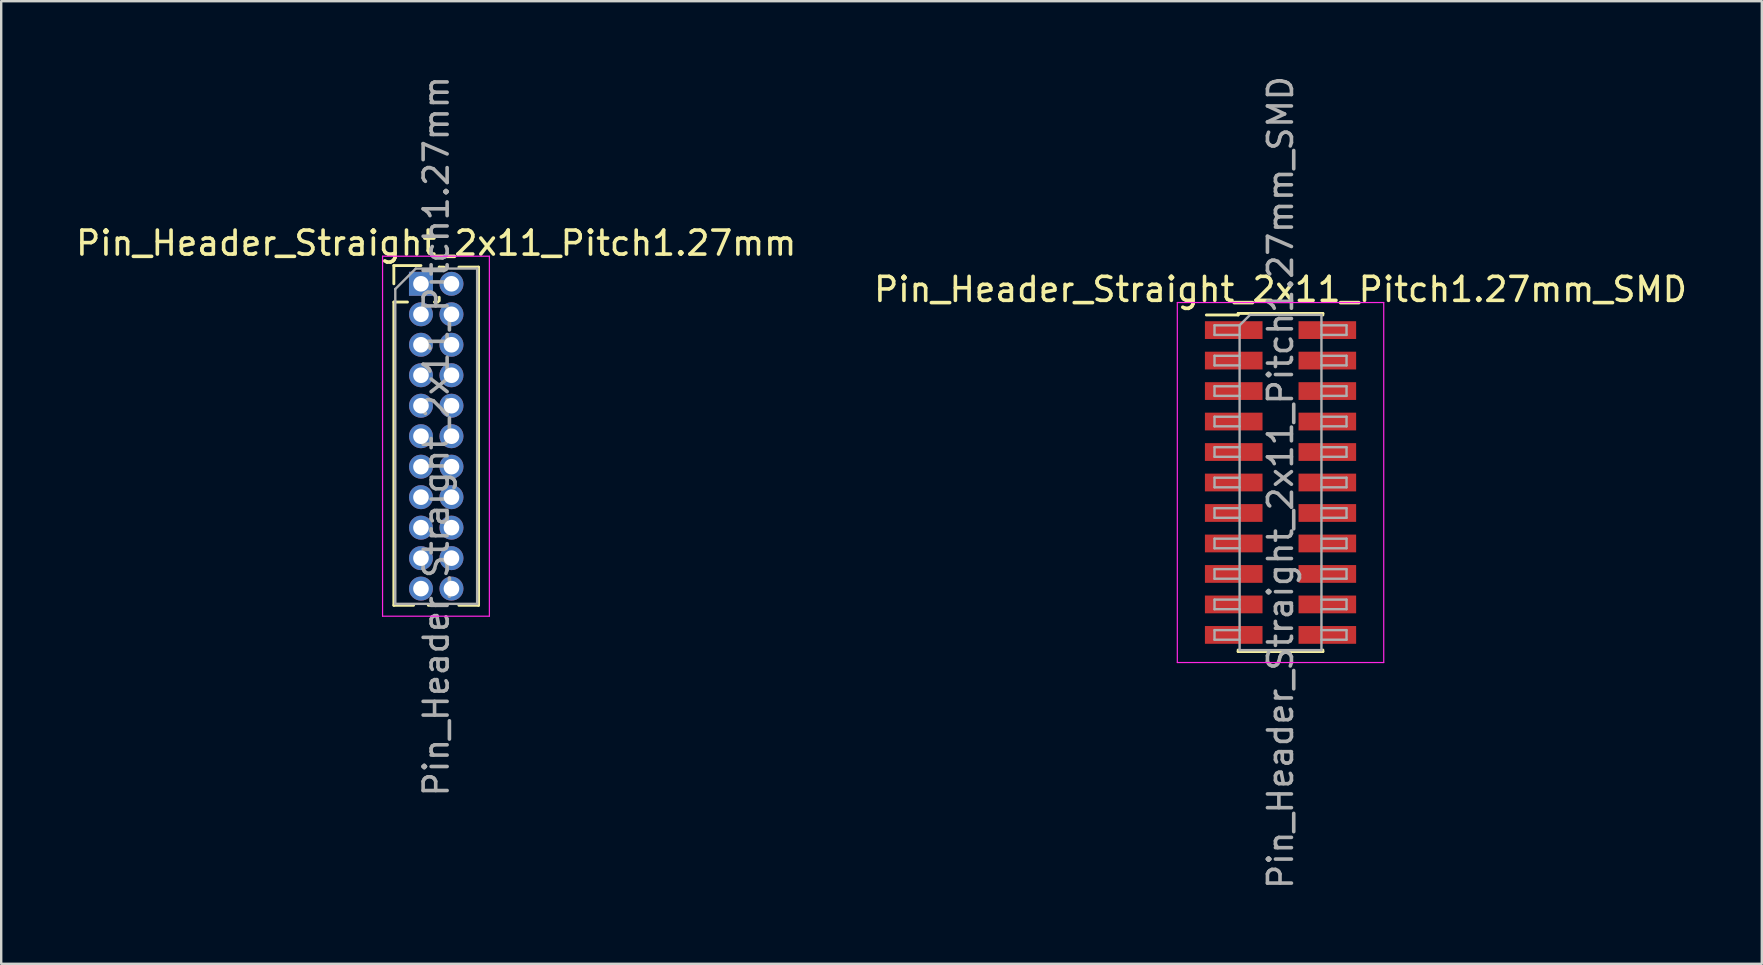
<source format=kicad_pcb>
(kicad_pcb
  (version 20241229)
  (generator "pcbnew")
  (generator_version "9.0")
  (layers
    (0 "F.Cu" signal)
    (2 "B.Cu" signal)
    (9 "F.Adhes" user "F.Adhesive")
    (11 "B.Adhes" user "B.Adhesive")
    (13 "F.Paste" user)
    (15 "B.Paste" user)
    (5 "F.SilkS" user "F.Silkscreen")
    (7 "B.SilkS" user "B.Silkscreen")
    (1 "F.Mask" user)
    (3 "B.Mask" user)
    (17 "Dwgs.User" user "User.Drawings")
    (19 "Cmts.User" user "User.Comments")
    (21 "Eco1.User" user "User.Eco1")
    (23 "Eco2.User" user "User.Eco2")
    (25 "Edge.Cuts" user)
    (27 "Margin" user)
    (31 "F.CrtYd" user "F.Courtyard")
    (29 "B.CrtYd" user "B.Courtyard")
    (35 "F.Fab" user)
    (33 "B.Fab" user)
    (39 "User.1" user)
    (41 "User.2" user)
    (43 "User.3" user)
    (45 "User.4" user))
  (footprint "Pin_Header_Straight_2x11_Pitch1.27mm"
    (layer "F.Cu")
    (at 14.49 8.775)
    (property "Reference" "Pin_Header_Straight_2x11_Pitch1.27mm" (at 0.635 -1.695 0) (layer "F.SilkS") (effects (font (size 1 1) (thickness 0.15))))
    (attr through_hole)
    (fp_line (start -1.13 -0.76) (end 0 -0.76) (stroke (width 0.12) (type solid)) (layer "F.SilkS"))
    (fp_line (start -1.13 0) (end -1.13 -0.76) (stroke (width 0.12) (type solid)) (layer "F.SilkS"))
    (fp_line (start -1.13 0.76) (end -1.13 13.395) (stroke (width 0.12) (type solid)) (layer "F.SilkS"))
    (fp_line (start -1.13 0.76) (end -0.563 0.76) (stroke (width 0.12) (type solid)) (layer "F.SilkS"))
    (fp_line (start -1.13 13.395) (end -0.308 13.395) (stroke (width 0.12) (type solid)) (layer "F.SilkS"))
    (fp_line (start 0.308 13.395) (end 0.962 13.395) (stroke (width 0.12) (type solid)) (layer "F.SilkS"))
    (fp_line (start 0.563 0.76) (end 0.707 0.76) (stroke (width 0.12) (type solid)) (layer "F.SilkS"))
    (fp_line (start 0.76 -0.695) (end 0.962 -0.695) (stroke (width 0.12) (type solid)) (layer "F.SilkS"))
    (fp_line (start 0.76 -0.563) (end 0.76 -0.695) (stroke (width 0.12) (type solid)) (layer "F.SilkS"))
    (fp_line (start 0.76 0.707) (end 0.76 0.563) (stroke (width 0.12) (type solid)) (layer "F.SilkS"))
    (fp_line (start 1.578 -0.695) (end 2.4 -0.695) (stroke (width 0.12) (type solid)) (layer "F.SilkS"))
    (fp_line (start 1.578 13.395) (end 2.4 13.395) (stroke (width 0.12) (type solid)) (layer "F.SilkS"))
    (fp_line (start 2.4 -0.695) (end 2.4 13.395) (stroke (width 0.12) (type solid)) (layer "F.SilkS"))
    (fp_line (start -1.6 -1.15) (end -1.6 13.85) (stroke (width 0.05) (type solid)) (layer "F.CrtYd"))
    (fp_line (start -1.6 13.85) (end 2.85 13.85) (stroke (width 0.05) (type solid)) (layer "F.CrtYd"))
    (fp_line (start 2.85 -1.15) (end -1.6 -1.15) (stroke (width 0.05) (type solid)) (layer "F.CrtYd"))
    (fp_line (start 2.85 13.85) (end 2.85 -1.15) (stroke (width 0.05) (type solid)) (layer "F.CrtYd"))
    (fp_line (start -1.07 0.217) (end -0.217 -0.635) (stroke (width 0.1) (type solid)) (layer "F.Fab"))
    (fp_line (start -1.07 13.335) (end -1.07 0.217) (stroke (width 0.1) (type solid)) (layer "F.Fab"))
    (fp_line (start -0.217 -0.635) (end 2.34 -0.635) (stroke (width 0.1) (type solid)) (layer "F.Fab"))
    (fp_line (start 2.34 -0.635) (end 2.34 13.335) (stroke (width 0.1) (type solid)) (layer "F.Fab"))
    (fp_line (start 2.34 13.335) (end -1.07 13.335) (stroke (width 0.1) (type solid)) (layer "F.Fab"))
    (fp_text user "${REFERENCE}" (at 0.635 6.35 90) (layer "F.Fab") (effects (font (size 1 1) (thickness 0.15))))
    (pad "1" thru_hole rect (at 0 0) (size 1 1) (drill 0.65) (layers "*.Cu" "*.Mask"))
    (pad "2" thru_hole oval (at 1.27 0) (size 1 1) (drill 0.65) (layers "*.Cu" "*.Mask"))
    (pad "3" thru_hole oval (at 0 1.27) (size 1 1) (drill 0.65) (layers "*.Cu" "*.Mask"))
    (pad "4" thru_hole oval (at 1.27 1.27) (size 1 1) (drill 0.65) (layers "*.Cu" "*.Mask"))
    (pad "5" thru_hole oval (at 0 2.54) (size 1 1) (drill 0.65) (layers "*.Cu" "*.Mask"))
    (pad "6" thru_hole oval (at 1.27 2.54) (size 1 1) (drill 0.65) (layers "*.Cu" "*.Mask"))
    (pad "7" thru_hole oval (at 0 3.81) (size 1 1) (drill 0.65) (layers "*.Cu" "*.Mask"))
    (pad "8" thru_hole oval (at 1.27 3.81) (size 1 1) (drill 0.65) (layers "*.Cu" "*.Mask"))
    (pad "9" thru_hole oval (at 0 5.08) (size 1 1) (drill 0.65) (layers "*.Cu" "*.Mask"))
    (pad "10" thru_hole oval (at 1.27 5.08) (size 1 1) (drill 0.65) (layers "*.Cu" "*.Mask"))
    (pad "11" thru_hole oval (at 0 6.35) (size 1 1) (drill 0.65) (layers "*.Cu" "*.Mask"))
    (pad "12" thru_hole oval (at 1.27 6.35) (size 1 1) (drill 0.65) (layers "*.Cu" "*.Mask"))
    (pad "13" thru_hole oval (at 0 7.62) (size 1 1) (drill 0.65) (layers "*.Cu" "*.Mask"))
    (pad "14" thru_hole oval (at 1.27 7.62) (size 1 1) (drill 0.65) (layers "*.Cu" "*.Mask"))
    (pad "15" thru_hole oval (at 0 8.89) (size 1 1) (drill 0.65) (layers "*.Cu" "*.Mask"))
    (pad "16" thru_hole oval (at 1.27 8.89) (size 1 1) (drill 0.65) (layers "*.Cu" "*.Mask"))
    (pad "17" thru_hole oval (at 0 10.16) (size 1 1) (drill 0.65) (layers "*.Cu" "*.Mask"))
    (pad "18" thru_hole oval (at 1.27 10.16) (size 1 1) (drill 0.65) (layers "*.Cu" "*.Mask"))
    (pad "19" thru_hole oval (at 0 11.43) (size 1 1) (drill 0.65) (layers "*.Cu" "*.Mask"))
    (pad "20" thru_hole oval (at 1.27 11.43) (size 1 1) (drill 0.65) (layers "*.Cu" "*.Mask"))
    (pad "21" thru_hole oval (at 0 12.7) (size 1 1) (drill 0.65) (layers "*.Cu" "*.Mask"))
    (pad "22" thru_hole oval (at 1.27 12.7) (size 1 1) (drill 0.65) (layers "*.Cu" "*.Mask")))
  (footprint "Pin_Header_Straight_2x11_Pitch1.27mm_SMD"
    (layer "F.Cu")
    (at 50.304 17.054)
    (property "Reference" "Pin_Header_Straight_2x11_Pitch1.27mm_SMD" (at 0 -8.045 0) (layer "F.SilkS") (effects (font (size 1 1) (thickness 0.15))))
    (attr smd)
    (fp_line (start -3.09 -6.98) (end -1.765 -6.98) (stroke (width 0.12) (type solid)) (layer "F.SilkS"))
    (fp_line (start -1.765 -7.045) (end -1.765 -6.98) (stroke (width 0.12) (type solid)) (layer "F.SilkS"))
    (fp_line (start -1.765 -7.045) (end 1.765 -7.045) (stroke (width 0.12) (type solid)) (layer "F.SilkS"))
    (fp_line (start -1.765 6.98) (end -1.765 7.045) (stroke (width 0.12) (type solid)) (layer "F.SilkS"))
    (fp_line (start -1.765 7.045) (end 1.765 7.045) (stroke (width 0.12) (type solid)) (layer "F.SilkS"))
    (fp_line (start 1.765 -7.045) (end 1.765 -6.98) (stroke (width 0.12) (type solid)) (layer "F.SilkS"))
    (fp_line (start 1.765 6.98) (end 1.765 7.045) (stroke (width 0.12) (type solid)) (layer "F.SilkS"))
    (fp_line (start -4.3 -7.5) (end -4.3 7.5) (stroke (width 0.05) (type solid)) (layer "F.CrtYd"))
    (fp_line (start -4.3 7.5) (end 4.3 7.5) (stroke (width 0.05) (type solid)) (layer "F.CrtYd"))
    (fp_line (start 4.3 -7.5) (end -4.3 -7.5) (stroke (width 0.05) (type solid)) (layer "F.CrtYd"))
    (fp_line (start 4.3 7.5) (end 4.3 -7.5) (stroke (width 0.05) (type solid)) (layer "F.CrtYd"))
    (fp_line (start -2.75 -6.55) (end -2.75 -6.15) (stroke (width 0.1) (type solid)) (layer "F.Fab"))
    (fp_line (start -2.75 -6.15) (end -1.705 -6.15) (stroke (width 0.1) (type solid)) (layer "F.Fab"))
    (fp_line (start -2.75 -5.28) (end -2.75 -4.88) (stroke (width 0.1) (type solid)) (layer "F.Fab"))
    (fp_line (start -2.75 -4.88) (end -1.705 -4.88) (stroke (width 0.1) (type solid)) (layer "F.Fab"))
    (fp_line (start -2.75 -4.01) (end -2.75 -3.61) (stroke (width 0.1) (type solid)) (layer "F.Fab"))
    (fp_line (start -2.75 -3.61) (end -1.705 -3.61) (stroke (width 0.1) (type solid)) (layer "F.Fab"))
    (fp_line (start -2.75 -2.74) (end -2.75 -2.34) (stroke (width 0.1) (type solid)) (layer "F.Fab"))
    (fp_line (start -2.75 -2.34) (end -1.705 -2.34) (stroke (width 0.1) (type solid)) (layer "F.Fab"))
    (fp_line (start -2.75 -1.47) (end -2.75 -1.07) (stroke (width 0.1) (type solid)) (layer "F.Fab"))
    (fp_line (start -2.75 -1.07) (end -1.705 -1.07) (stroke (width 0.1) (type solid)) (layer "F.Fab"))
    (fp_line (start -2.75 -0.2) (end -2.75 0.2) (stroke (width 0.1) (type solid)) (layer "F.Fab"))
    (fp_line (start -2.75 0.2) (end -1.705 0.2) (stroke (width 0.1) (type solid)) (layer "F.Fab"))
    (fp_line (start -2.75 1.07) (end -2.75 1.47) (stroke (width 0.1) (type solid)) (layer "F.Fab"))
    (fp_line (start -2.75 1.47) (end -1.705 1.47) (stroke (width 0.1) (type solid)) (layer "F.Fab"))
    (fp_line (start -2.75 2.34) (end -2.75 2.74) (stroke (width 0.1) (type solid)) (layer "F.Fab"))
    (fp_line (start -2.75 2.74) (end -1.705 2.74) (stroke (width 0.1) (type solid)) (layer "F.Fab"))
    (fp_line (start -2.75 3.61) (end -2.75 4.01) (stroke (width 0.1) (type solid)) (layer "F.Fab"))
    (fp_line (start -2.75 4.01) (end -1.705 4.01) (stroke (width 0.1) (type solid)) (layer "F.Fab"))
    (fp_line (start -2.75 4.88) (end -2.75 5.28) (stroke (width 0.1) (type solid)) (layer "F.Fab"))
    (fp_line (start -2.75 5.28) (end -1.705 5.28) (stroke (width 0.1) (type solid)) (layer "F.Fab"))
    (fp_line (start -2.75 6.15) (end -2.75 6.55) (stroke (width 0.1) (type solid)) (layer "F.Fab"))
    (fp_line (start -2.75 6.55) (end -1.705 6.55) (stroke (width 0.1) (type solid)) (layer "F.Fab"))
    (fp_line (start -1.705 -6.55) (end -2.75 -6.55) (stroke (width 0.1) (type solid)) (layer "F.Fab"))
    (fp_line (start -1.705 -6.55) (end -1.27 -6.985) (stroke (width 0.1) (type solid)) (layer "F.Fab"))
    (fp_line (start -1.705 -5.28) (end -2.75 -5.28) (stroke (width 0.1) (type solid)) (layer "F.Fab"))
    (fp_line (start -1.705 -4.01) (end -2.75 -4.01) (stroke (width 0.1) (type solid)) (layer "F.Fab"))
    (fp_line (start -1.705 -2.74) (end -2.75 -2.74) (stroke (width 0.1) (type solid)) (layer "F.Fab"))
    (fp_line (start -1.705 -1.47) (end -2.75 -1.47) (stroke (width 0.1) (type solid)) (layer "F.Fab"))
    (fp_line (start -1.705 -0.2) (end -2.75 -0.2) (stroke (width 0.1) (type solid)) (layer "F.Fab"))
    (fp_line (start -1.705 1.07) (end -2.75 1.07) (stroke (width 0.1) (type solid)) (layer "F.Fab"))
    (fp_line (start -1.705 2.34) (end -2.75 2.34) (stroke (width 0.1) (type solid)) (layer "F.Fab"))
    (fp_line (start -1.705 3.61) (end -2.75 3.61) (stroke (width 0.1) (type solid)) (layer "F.Fab"))
    (fp_line (start -1.705 4.88) (end -2.75 4.88) (stroke (width 0.1) (type solid)) (layer "F.Fab"))
    (fp_line (start -1.705 6.15) (end -2.75 6.15) (stroke (width 0.1) (type solid)) (layer "F.Fab"))
    (fp_line (start -1.705 6.985) (end -1.705 -6.55) (stroke (width 0.1) (type solid)) (layer "F.Fab"))
    (fp_line (start -1.27 -6.985) (end 1.705 -6.985) (stroke (width 0.1) (type solid)) (layer "F.Fab"))
    (fp_line (start 1.705 -6.985) (end 1.705 6.985) (stroke (width 0.1) (type solid)) (layer "F.Fab"))
    (fp_line (start 1.705 -6.55) (end 2.75 -6.55) (stroke (width 0.1) (type solid)) (layer "F.Fab"))
    (fp_line (start 1.705 -5.28) (end 2.75 -5.28) (stroke (width 0.1) (type solid)) (layer "F.Fab"))
    (fp_line (start 1.705 -4.01) (end 2.75 -4.01) (stroke (width 0.1) (type solid)) (layer "F.Fab"))
    (fp_line (start 1.705 -2.74) (end 2.75 -2.74) (stroke (width 0.1) (type solid)) (layer "F.Fab"))
    (fp_line (start 1.705 -1.47) (end 2.75 -1.47) (stroke (width 0.1) (type solid)) (layer "F.Fab"))
    (fp_line (start 1.705 -0.2) (end 2.75 -0.2) (stroke (width 0.1) (type solid)) (layer "F.Fab"))
    (fp_line (start 1.705 1.07) (end 2.75 1.07) (stroke (width 0.1) (type solid)) (layer "F.Fab"))
    (fp_line (start 1.705 2.34) (end 2.75 2.34) (stroke (width 0.1) (type solid)) (layer "F.Fab"))
    (fp_line (start 1.705 3.61) (end 2.75 3.61) (stroke (width 0.1) (type solid)) (layer "F.Fab"))
    (fp_line (start 1.705 4.88) (end 2.75 4.88) (stroke (width 0.1) (type solid)) (layer "F.Fab"))
    (fp_line (start 1.705 6.15) (end 2.75 6.15) (stroke (width 0.1) (type solid)) (layer "F.Fab"))
    (fp_line (start 1.705 6.985) (end -1.705 6.985) (stroke (width 0.1) (type solid)) (layer "F.Fab"))
    (fp_line (start 2.75 -6.55) (end 2.75 -6.15) (stroke (width 0.1) (type solid)) (layer "F.Fab"))
    (fp_line (start 2.75 -6.15) (end 1.705 -6.15) (stroke (width 0.1) (type solid)) (layer "F.Fab"))
    (fp_line (start 2.75 -5.28) (end 2.75 -4.88) (stroke (width 0.1) (type solid)) (layer "F.Fab"))
    (fp_line (start 2.75 -4.88) (end 1.705 -4.88) (stroke (width 0.1) (type solid)) (layer "F.Fab"))
    (fp_line (start 2.75 -4.01) (end 2.75 -3.61) (stroke (width 0.1) (type solid)) (layer "F.Fab"))
    (fp_line (start 2.75 -3.61) (end 1.705 -3.61) (stroke (width 0.1) (type solid)) (layer "F.Fab"))
    (fp_line (start 2.75 -2.74) (end 2.75 -2.34) (stroke (width 0.1) (type solid)) (layer "F.Fab"))
    (fp_line (start 2.75 -2.34) (end 1.705 -2.34) (stroke (width 0.1) (type solid)) (layer "F.Fab"))
    (fp_line (start 2.75 -1.47) (end 2.75 -1.07) (stroke (width 0.1) (type solid)) (layer "F.Fab"))
    (fp_line (start 2.75 -1.07) (end 1.705 -1.07) (stroke (width 0.1) (type solid)) (layer "F.Fab"))
    (fp_line (start 2.75 -0.2) (end 2.75 0.2) (stroke (width 0.1) (type solid)) (layer "F.Fab"))
    (fp_line (start 2.75 0.2) (end 1.705 0.2) (stroke (width 0.1) (type solid)) (layer "F.Fab"))
    (fp_line (start 2.75 1.07) (end 2.75 1.47) (stroke (width 0.1) (type solid)) (layer "F.Fab"))
    (fp_line (start 2.75 1.47) (end 1.705 1.47) (stroke (width 0.1) (type solid)) (layer "F.Fab"))
    (fp_line (start 2.75 2.34) (end 2.75 2.74) (stroke (width 0.1) (type solid)) (layer "F.Fab"))
    (fp_line (start 2.75 2.74) (end 1.705 2.74) (stroke (width 0.1) (type solid)) (layer "F.Fab"))
    (fp_line (start 2.75 3.61) (end 2.75 4.01) (stroke (width 0.1) (type solid)) (layer "F.Fab"))
    (fp_line (start 2.75 4.01) (end 1.705 4.01) (stroke (width 0.1) (type solid)) (layer "F.Fab"))
    (fp_line (start 2.75 4.88) (end 2.75 5.28) (stroke (width 0.1) (type solid)) (layer "F.Fab"))
    (fp_line (start 2.75 5.28) (end 1.705 5.28) (stroke (width 0.1) (type solid)) (layer "F.Fab"))
    (fp_line (start 2.75 6.15) (end 2.75 6.55) (stroke (width 0.1) (type solid)) (layer "F.Fab"))
    (fp_line (start 2.75 6.55) (end 1.705 6.55) (stroke (width 0.1) (type solid)) (layer "F.Fab"))
    (fp_text user "${REFERENCE}" (at 0 0 90) (layer "F.Fab") (effects (font (size 1 1) (thickness 0.15))))
    (pad "1" smd rect (at -1.95 -6.35) (size 2.4 0.74) (layers "F.Cu" "F.Mask" "F.Paste"))
    (pad "2" smd rect (at 1.95 -6.35) (size 2.4 0.74) (layers "F.Cu" "F.Mask" "F.Paste"))
    (pad "3" smd rect (at -1.95 -5.08) (size 2.4 0.74) (layers "F.Cu" "F.Mask" "F.Paste"))
    (pad "4" smd rect (at 1.95 -5.08) (size 2.4 0.74) (layers "F.Cu" "F.Mask" "F.Paste"))
    (pad "5" smd rect (at -1.95 -3.81) (size 2.4 0.74) (layers "F.Cu" "F.Mask" "F.Paste"))
    (pad "6" smd rect (at 1.95 -3.81) (size 2.4 0.74) (layers "F.Cu" "F.Mask" "F.Paste"))
    (pad "7" smd rect (at -1.95 -2.54) (size 2.4 0.74) (layers "F.Cu" "F.Mask" "F.Paste"))
    (pad "8" smd rect (at 1.95 -2.54) (size 2.4 0.74) (layers "F.Cu" "F.Mask" "F.Paste"))
    (pad "9" smd rect (at -1.95 -1.27) (size 2.4 0.74) (layers "F.Cu" "F.Mask" "F.Paste"))
    (pad "10" smd rect (at 1.95 -1.27) (size 2.4 0.74) (layers "F.Cu" "F.Mask" "F.Paste"))
    (pad "11" smd rect (at -1.95 0) (size 2.4 0.74) (layers "F.Cu" "F.Mask" "F.Paste"))
    (pad "12" smd rect (at 1.95 0) (size 2.4 0.74) (layers "F.Cu" "F.Mask" "F.Paste"))
    (pad "13" smd rect (at -1.95 1.27) (size 2.4 0.74) (layers "F.Cu" "F.Mask" "F.Paste"))
    (pad "14" smd rect (at 1.95 1.27) (size 2.4 0.74) (layers "F.Cu" "F.Mask" "F.Paste"))
    (pad "15" smd rect (at -1.95 2.54) (size 2.4 0.74) (layers "F.Cu" "F.Mask" "F.Paste"))
    (pad "16" smd rect (at 1.95 2.54) (size 2.4 0.74) (layers "F.Cu" "F.Mask" "F.Paste"))
    (pad "17" smd rect (at -1.95 3.81) (size 2.4 0.74) (layers "F.Cu" "F.Mask" "F.Paste"))
    (pad "18" smd rect (at 1.95 3.81) (size 2.4 0.74) (layers "F.Cu" "F.Mask" "F.Paste"))
    (pad "19" smd rect (at -1.95 5.08) (size 2.4 0.74) (layers "F.Cu" "F.Mask" "F.Paste"))
    (pad "20" smd rect (at 1.95 5.08) (size 2.4 0.74) (layers "F.Cu" "F.Mask" "F.Paste"))
    (pad "21" smd rect (at -1.95 6.35) (size 2.4 0.74) (layers "F.Cu" "F.Mask" "F.Paste"))
    (pad "22" smd rect (at 1.95 6.35) (size 2.4 0.74) (layers "F.Cu" "F.Mask" "F.Paste")))
  (gr_rect
    (start -3 -3)
    (end 70.357 37.107)
    (stroke (width 0.1) (type default))
    (fill no)
    (layer "Edge.Cuts")))
</source>
